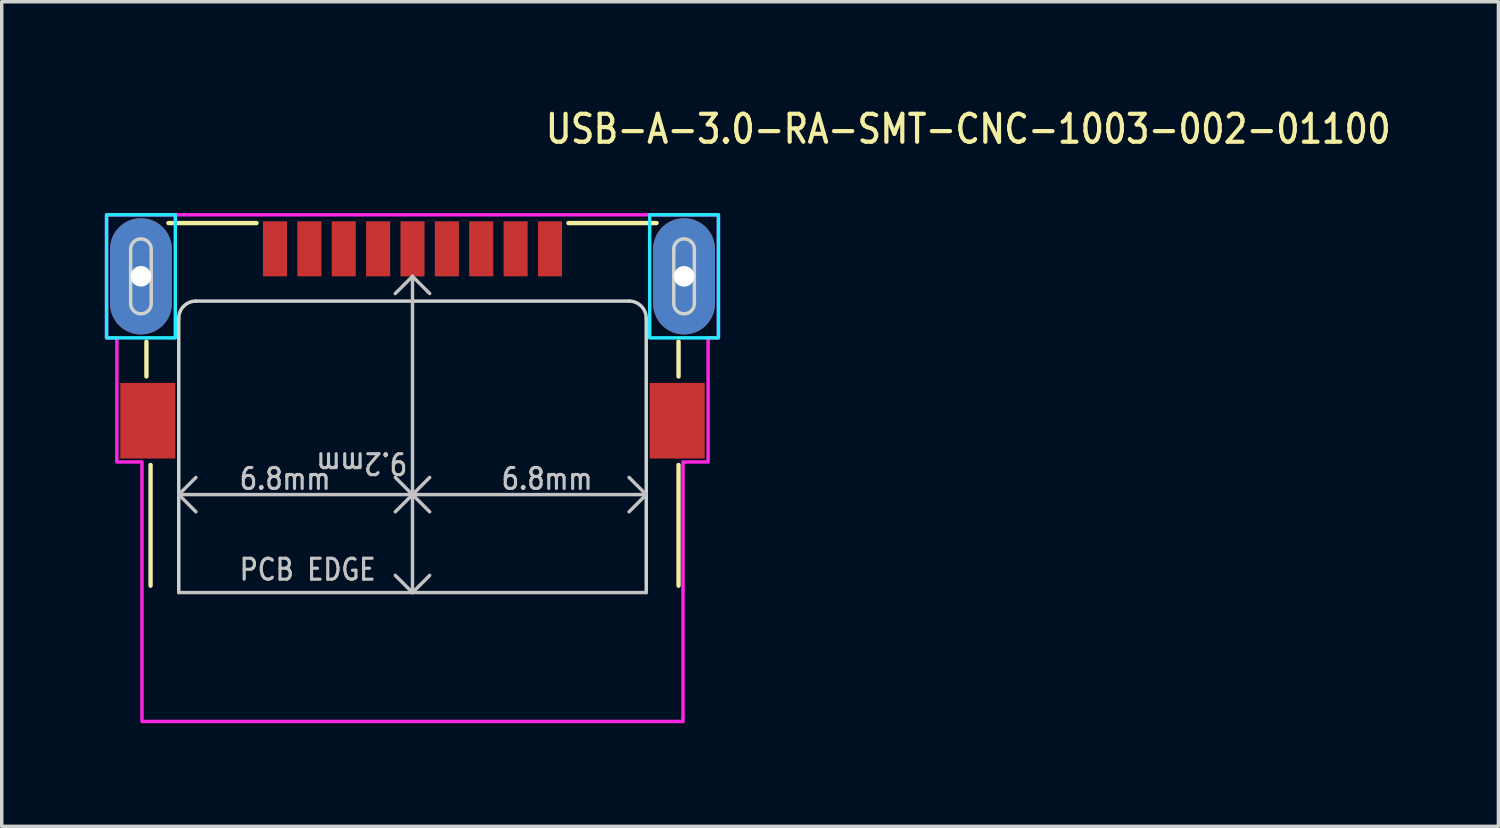
<source format=kicad_pcb>
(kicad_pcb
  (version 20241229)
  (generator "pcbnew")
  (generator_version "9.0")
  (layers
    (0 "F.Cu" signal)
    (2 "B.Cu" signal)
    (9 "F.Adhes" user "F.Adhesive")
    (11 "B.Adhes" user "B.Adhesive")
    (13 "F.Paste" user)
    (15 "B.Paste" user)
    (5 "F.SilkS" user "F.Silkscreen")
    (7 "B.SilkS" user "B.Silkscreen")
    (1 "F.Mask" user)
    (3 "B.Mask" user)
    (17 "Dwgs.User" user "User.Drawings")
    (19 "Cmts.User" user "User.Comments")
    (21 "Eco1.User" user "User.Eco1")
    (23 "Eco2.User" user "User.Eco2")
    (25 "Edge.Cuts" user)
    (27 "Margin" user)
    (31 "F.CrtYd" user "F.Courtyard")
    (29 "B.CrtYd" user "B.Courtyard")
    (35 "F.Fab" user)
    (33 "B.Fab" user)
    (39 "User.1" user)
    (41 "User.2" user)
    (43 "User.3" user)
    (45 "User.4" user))
  (footprint "USB-A-3.0-RA-SMT-CNC-1003-002-01100"
    (layer "F.Cu")
    (at 8.95 4.989)
    (property "Reference" "USB-A-3.0-RA-SMT-CNC-1003-002-01100" (at 3.81 -3.81 0) (unlocked yes) (layer "F.SilkS") (effects (font (size 0.813 0.695) (thickness 0.122)) (justify left bottom)))
    (fp_circle (center -7.9 -0.79) (end -8.8 -0.79) (stroke (width 0) (type solid)) (fill yes) (layer "F.Cu"))
    (fp_circle (center -7.9 0.79) (end -7 0.79) (stroke (width 0) (type solid)) (fill yes) (layer "F.Cu"))
    (fp_circle (center 7.9 -0.79) (end 7 -0.79) (stroke (width 0) (type solid)) (fill yes) (layer "F.Cu"))
    (fp_circle (center 7.9 0.79) (end 8.8 0.79) (stroke (width 0) (type solid)) (fill yes) (layer "F.Cu"))
    (fp_poly (pts (xy -8.8 -0.79) (xy -7 -0.79) (xy -7 0.79) (xy -8.8 0.79)) (stroke (width 0) (type solid)) (fill yes) (layer "F.Cu"))
    (fp_poly (pts (xy 7 -0.79) (xy 8.8 -0.79) (xy 8.8 0.79) (xy 7 0.79)) (stroke (width 0) (type solid)) (fill yes) (layer "F.Cu"))
    (fp_circle (center -7.9 -0.79) (end -8.9 -0.79) (stroke (width 0) (type solid)) (fill yes) (layer "F.Mask"))
    (fp_circle (center -7.9 0.79) (end -6.9 0.79) (stroke (width 0) (type solid)) (fill yes) (layer "F.Mask"))
    (fp_circle (center 7.9 -0.79) (end 6.9 -0.79) (stroke (width 0) (type solid)) (fill yes) (layer "F.Mask"))
    (fp_circle (center 7.9 0.79) (end 8.9 0.79) (stroke (width 0) (type solid)) (fill yes) (layer "F.Mask"))
    (fp_poly (pts (xy -8.9 -0.79) (xy -6.9 -0.79) (xy -6.9 0.79) (xy -8.9 0.79)) (stroke (width 0) (type solid)) (fill yes) (layer "F.Mask"))
    (fp_poly (pts (xy 6.9 -0.79) (xy 8.9 -0.79) (xy 8.9 0.79) (xy 6.9 0.79)) (stroke (width 0) (type solid)) (fill yes) (layer "F.Mask"))
    (fp_circle (center -7.9 -0.79) (end -7 -0.79) (stroke (width 0) (type solid)) (fill yes) (layer "B.Cu"))
    (fp_circle (center -7.9 0.79) (end -8.8 0.79) (stroke (width 0) (type solid)) (fill yes) (layer "B.Cu"))
    (fp_circle (center 7.9 -0.79) (end 8.8 -0.79) (stroke (width 0) (type solid)) (fill yes) (layer "B.Cu"))
    (fp_circle (center 7.9 0.79) (end 7 0.79) (stroke (width 0) (type solid)) (fill yes) (layer "B.Cu"))
    (fp_poly (pts (xy -7 -0.79) (xy -8.8 -0.79) (xy -8.8 0.79) (xy -7 0.79)) (stroke (width 0) (type solid)) (fill yes) (layer "B.Cu"))
    (fp_poly (pts (xy 8.8 -0.79) (xy 7 -0.79) (xy 7 0.79) (xy 8.8 0.79)) (stroke (width 0) (type solid)) (fill yes) (layer "B.Cu"))
    (fp_circle (center -7.9 -0.79) (end -6.9 -0.79) (stroke (width 0) (type solid)) (fill yes) (layer "B.Mask"))
    (fp_circle (center -7.9 0.79) (end -8.9 0.79) (stroke (width 0) (type solid)) (fill yes) (layer "B.Mask"))
    (fp_circle (center 7.9 -0.79) (end 8.9 -0.79) (stroke (width 0) (type solid)) (fill yes) (layer "B.Mask"))
    (fp_circle (center 7.9 0.79) (end 6.9 0.79) (stroke (width 0) (type solid)) (fill yes) (layer "B.Mask"))
    (fp_poly (pts (xy -6.9 -0.79) (xy -8.9 -0.79) (xy -8.9 0.79) (xy -6.9 0.79)) (stroke (width 0) (type solid)) (fill yes) (layer "B.Mask"))
    (fp_poly (pts (xy 8.9 -0.79) (xy 6.9 -0.79) (xy 6.9 0.79) (xy 8.9 0.79)) (stroke (width 0) (type solid)) (fill yes) (layer "B.Mask"))
    (fp_line (start -7.74 1.9) (end -7.74 2.913) (stroke (width 0.127) (type solid)) (layer "F.SilkS"))
    (fp_line (start -7.62 5.487) (end -7.62 9) (stroke (width 0.127) (type solid)) (layer "F.SilkS"))
    (fp_line (start -7.1 -1.55) (end -4.537 -1.55) (stroke (width 0.127) (type solid)) (layer "F.SilkS"))
    (fp_line (start 4.537 -1.55) (end 7.1 -1.55) (stroke (width 0.127) (type solid)) (layer "F.SilkS"))
    (fp_line (start 7.74 1.9) (end 7.74 2.913) (stroke (width 0.127) (type solid)) (layer "F.SilkS"))
    (fp_line (start 7.74 5.487) (end 7.74 9) (stroke (width 0.127) (type solid)) (layer "F.SilkS"))
    (fp_line (start -6.8 6.35) (end -6.3 5.85) (stroke (width 0.1) (type solid)) (layer "Dwgs.User"))
    (fp_line (start -6.8 6.35) (end -6.3 6.85) (stroke (width 0.1) (type solid)) (layer "Dwgs.User"))
    (fp_line (start -6.8 6.35) (end 0 6.35) (stroke (width 0.1) (type solid)) (layer "Dwgs.User"))
    (fp_line (start -6.8 9.2) (end 0 9.2) (stroke (width 0.1) (type solid)) (layer "Dwgs.User"))
    (fp_line (start 0 0) (end -0.5 0.5) (stroke (width 0.1) (type solid)) (layer "Dwgs.User"))
    (fp_line (start 0 0) (end 0 6.35) (stroke (width 0.1) (type solid)) (layer "Dwgs.User"))
    (fp_line (start 0 0) (end 0.5 0.5) (stroke (width 0.1) (type solid)) (layer "Dwgs.User"))
    (fp_line (start 0 6.35) (end -0.5 5.85) (stroke (width 0.1) (type solid)) (layer "Dwgs.User"))
    (fp_line (start 0 6.35) (end -0.5 6.85) (stroke (width 0.1) (type solid)) (layer "Dwgs.User"))
    (fp_line (start 0 6.35) (end 0 9.2) (stroke (width 0.1) (type solid)) (layer "Dwgs.User"))
    (fp_line (start 0 6.35) (end 0.5 5.85) (stroke (width 0.1) (type solid)) (layer "Dwgs.User"))
    (fp_line (start 0 6.35) (end 0.5 6.85) (stroke (width 0.1) (type solid)) (layer "Dwgs.User"))
    (fp_line (start 0 6.35) (end 6.8 6.35) (stroke (width 0.1) (type solid)) (layer "Dwgs.User"))
    (fp_line (start 0 9.2) (end -0.5 8.7) (stroke (width 0.1) (type solid)) (layer "Dwgs.User"))
    (fp_line (start 0 9.2) (end 0.5 8.7) (stroke (width 0.1) (type solid)) (layer "Dwgs.User"))
    (fp_line (start 0 9.2) (end 6.8 9.2) (stroke (width 0.1) (type solid)) (layer "Dwgs.User"))
    (fp_line (start 6.8 6.35) (end 6.3 5.85) (stroke (width 0.1) (type solid)) (layer "Dwgs.User"))
    (fp_line (start 6.8 6.35) (end 6.3 6.85) (stroke (width 0.1) (type solid)) (layer "Dwgs.User"))
    (fp_line (start -8.2 0.79) (end -8.2 -0.79) (stroke (width 0.1) (type solid)) (layer "Edge.Cuts"))
    (fp_line (start -7.6 -0.79) (end -7.6 0.79) (stroke (width 0.1) (type solid)) (layer "Edge.Cuts"))
    (fp_line (start -6.8 9.2) (end -6.8 1.22) (stroke (width 0.1) (type solid)) (layer "Edge.Cuts"))
    (fp_line (start -6.3 0.72) (end 6.3 0.72) (stroke (width 0.1) (type solid)) (layer "Edge.Cuts"))
    (fp_line (start 6.8 1.22) (end 6.8 9.2) (stroke (width 0.1) (type solid)) (layer "Edge.Cuts"))
    (fp_line (start 7.6 0.79) (end 7.6 -0.79) (stroke (width 0.1) (type solid)) (layer "Edge.Cuts"))
    (fp_line (start 8.2 -0.79) (end 8.2 0.79) (stroke (width 0.1) (type solid)) (layer "Edge.Cuts"))
    (fp_arc (start -8.2 -0.79) (mid -7.9 -1.09) (end -7.6 -0.79) (stroke (width 0.1) (type solid)) (layer "Edge.Cuts"))
    (fp_arc (start -7.6 0.79) (mid -7.9 1.09) (end -8.2 0.79) (stroke (width 0.1) (type solid)) (layer "Edge.Cuts"))
    (fp_arc (start -6.8 1.22) (mid -6.653553 0.866447) (end -6.3 0.72) (stroke (width 0.1) (type solid)) (layer "Edge.Cuts"))
    (fp_arc (start 6.3 0.72) (mid 6.653553 0.866447) (end 6.8 1.22) (stroke (width 0.1) (type solid)) (layer "Edge.Cuts"))
    (fp_arc (start 7.6 -0.79) (mid 7.9 -1.09) (end 8.2 -0.79) (stroke (width 0.1) (type solid)) (layer "Edge.Cuts"))
    (fp_arc (start 8.2 0.79) (mid 7.9 1.09) (end 7.6 0.79) (stroke (width 0.1) (type solid)) (layer "Edge.Cuts"))
    (fp_poly (pts (xy -8.9 -1.79) (xy -6.9 -1.79) (xy -6.9 1.79) (xy -8.9 1.79)) (stroke (width 0.1) (type solid)) (fill no) (layer "B.CrtYd"))
    (fp_poly (pts (xy 6.9 -1.79) (xy 8.9 -1.79) (xy 8.9 1.79) (xy 6.9 1.79)) (stroke (width 0.1) (type solid)) (fill no) (layer "B.CrtYd"))
    (fp_poly (pts (xy -7.87 12.95) (xy 7.87 12.95) (xy 7.87 5.4) (xy 8.6 5.4) (xy 8.6 1.79) (xy 8.9 1.79) (xy 8.9 -1.79) (xy -8.9 -1.79) (xy -8.9 1.79) (xy -8.6 1.79) (xy -8.6 5.4) (xy -7.87 5.4)) (stroke (width 0.1) (type solid)) (fill no) (layer "F.CrtYd"))
    (fp_text user "6.8mm" (at 2.54 6.25 0) (unlocked yes) (layer "Dwgs.User") (effects (font (size 0.61 0.521) (thickness 0.091)) (justify left bottom)))
    (fp_text user "PCB EDGE" (at -5.08 8.89 0) (unlocked yes) (layer "Dwgs.User") (effects (font (size 0.61 0.521) (thickness 0.091)) (justify left bottom)))
    (fp_text user "9.2mm" (at -0.1 5.08 180) (unlocked yes) (layer "Dwgs.User") (effects (font (size 0.61 0.521) (thickness 0.091)) (justify left bottom)))
    (fp_text user "6.8mm" (at -5.08 6.25 0) (unlocked yes) (layer "Dwgs.User") (effects (font (size 0.61 0.521) (thickness 0.091)) (justify left bottom)))
    (pad "1" smd rect (at -3 -0.8) (size 0.7 1.6) (layers "F.Cu" "F.Mask" "F.Paste"))
    (pad "2" smd rect (at -1 -0.8) (size 0.7 1.6) (layers "F.Cu" "F.Mask" "F.Paste"))
    (pad "3" smd rect (at 1 -0.8) (size 0.7 1.6) (layers "F.Cu" "F.Mask" "F.Paste"))
    (pad "4" smd rect (at 3 -0.8) (size 0.7 1.6) (layers "F.Cu" "F.Mask" "F.Paste"))
    (pad "5" smd rect (at 4 -0.8) (size 0.7 1.6) (layers "F.Cu" "F.Mask" "F.Paste"))
    (pad "6" smd rect (at 2 -0.8) (size 0.7 1.6) (layers "F.Cu" "F.Mask" "F.Paste"))
    (pad "7" smd rect (at 0 -0.8) (size 0.7 1.6) (layers "F.Cu" "F.Mask" "F.Paste"))
    (pad "8" smd rect (at -2 -0.8) (size 0.7 1.6) (layers "F.Cu" "F.Mask" "F.Paste"))
    (pad "9" smd rect (at -4 -0.8) (size 0.7 1.6) (layers "F.Cu" "F.Mask" "F.Paste"))
    (pad "S_1" smd rect (at -7.7 4.2) (size 1.6 2.2) (layers "F.Cu" "F.Mask" "F.Paste"))
    (pad "S_2" smd rect (at 7.7 4.2) (size 1.6 2.2) (layers "F.Cu" "F.Mask" "F.Paste"))
    (pad "S_3" thru_hole oval (at -7.9 0) (size 1 1) (drill 0.6) (layers "*.Cu" "*.Mask"))
    (pad "S_4" thru_hole oval (at 7.9 0) (size 1 1) (drill 0.6) (layers "*.Cu" "*.Mask")))
  (gr_rect
    (start -3 -3)
    (end 40.541 20.989)
    (stroke (width 0.1) (type default))
    (fill no)
    (layer "Edge.Cuts")))
</source>
